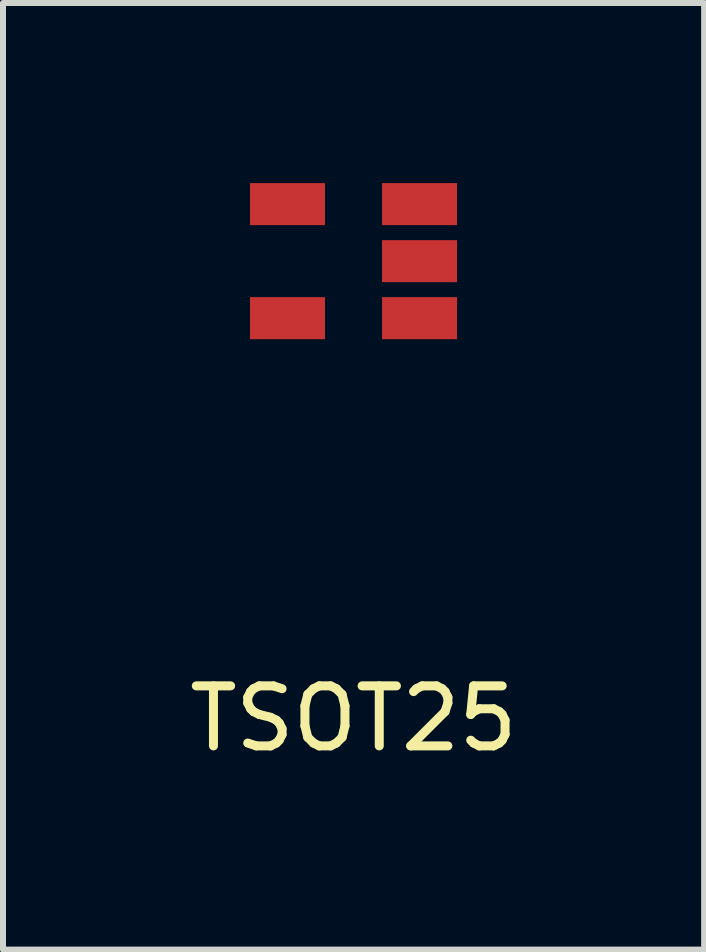
<source format=kicad_pcb>
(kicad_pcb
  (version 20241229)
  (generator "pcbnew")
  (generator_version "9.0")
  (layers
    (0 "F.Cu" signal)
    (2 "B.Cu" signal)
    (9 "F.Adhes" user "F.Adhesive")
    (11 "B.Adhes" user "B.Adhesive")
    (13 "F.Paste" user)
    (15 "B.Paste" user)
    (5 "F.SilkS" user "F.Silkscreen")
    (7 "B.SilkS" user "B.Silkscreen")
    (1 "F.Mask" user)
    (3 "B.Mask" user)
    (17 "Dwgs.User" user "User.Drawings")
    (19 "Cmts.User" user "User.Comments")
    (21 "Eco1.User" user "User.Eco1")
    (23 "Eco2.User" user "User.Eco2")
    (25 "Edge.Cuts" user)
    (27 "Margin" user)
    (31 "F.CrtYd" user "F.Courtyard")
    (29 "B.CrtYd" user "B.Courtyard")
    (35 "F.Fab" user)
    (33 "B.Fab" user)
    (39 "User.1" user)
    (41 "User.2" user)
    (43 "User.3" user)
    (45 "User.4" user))
  (footprint "TSOT25"
    (layer "F.Cu")
    (at 2.839 1.3)
    (property "Reference" "TSOT25" (at 0 7.62 0) (layer "F.SilkS") (effects (font (size 1 1) (thickness 0.15))))
    (attr through_hole)
    (pad "1" smd rect (at 1.1 0.95) (size 1.25 0.7) (layers "F.Cu" "F.Mask" "F.Paste"))
    (pad "2" smd rect (at 1.1 0) (size 1.25 0.7) (layers "F.Cu" "F.Mask" "F.Paste"))
    (pad "3" smd rect (at 1.1 -0.95) (size 1.25 0.7) (layers "F.Cu" "F.Mask" "F.Paste"))
    (pad "4" smd rect (at -1.1 -0.95) (size 1.25 0.7) (layers "F.Cu" "F.Mask" "F.Paste"))
    (pad "5" smd rect (at -1.1 0.95) (size 1.25 0.7) (layers "F.Cu" "F.Mask" "F.Paste")))
  (gr_rect
    (start -3 -3)
    (end 8.679 12.768)
    (stroke (width 0.1) (type default))
    (fill no)
    (layer "Edge.Cuts")))
</source>
